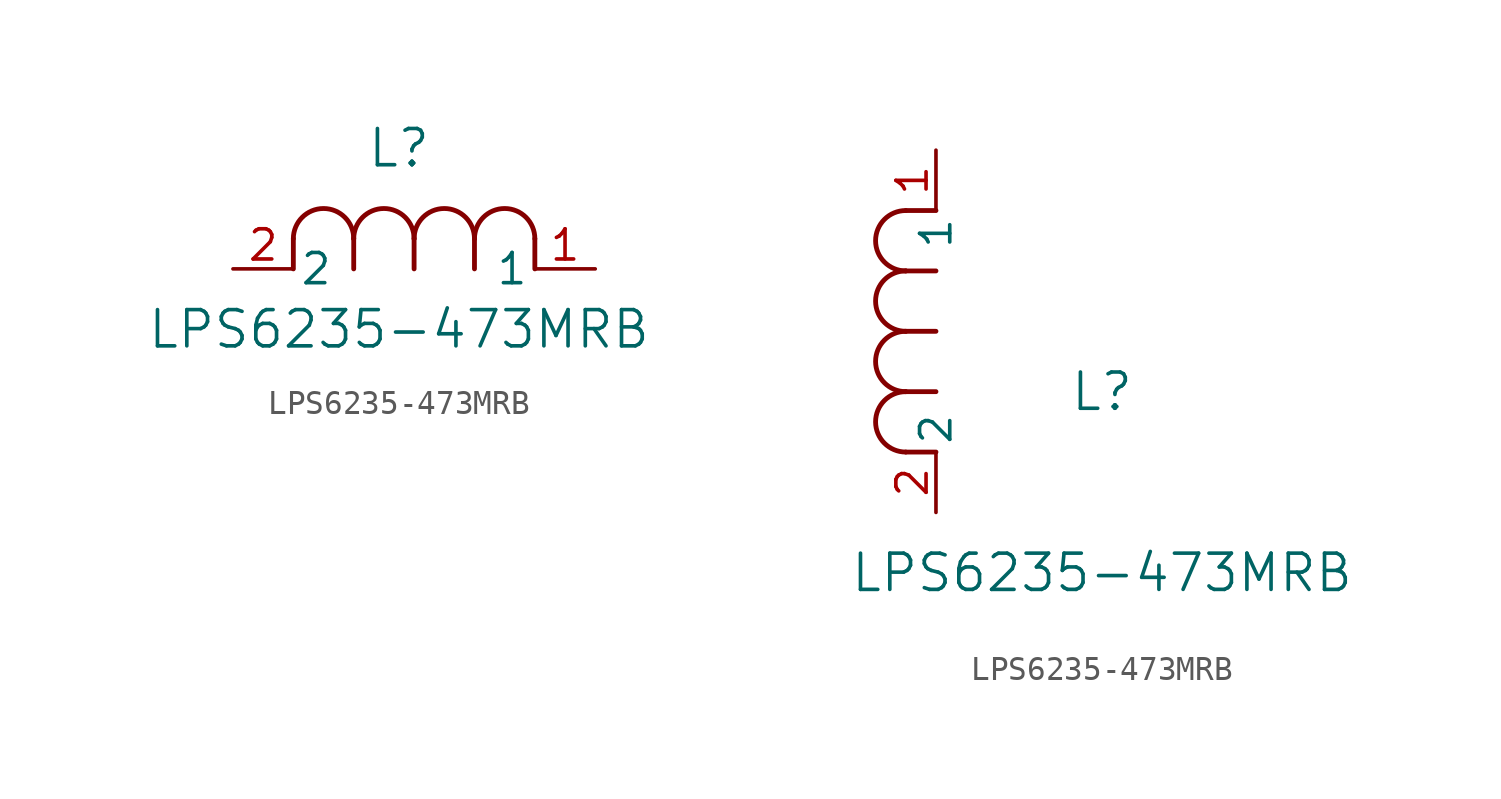
<source format=kicad_sym>
(kicad_symbol_lib
  (version 20211014)
  (generator kicad_symbol_editor)
  (symbol "LPS6235-473MRB"
    (pin_names
      (offset 0.254))
    (property "Reference" "L"
      (at 6.985 5.08 0)
      (effects (font (size 1.524 1.524))))
    (property "Value" "LPS6235-473MRB"
      (at 6.985 -2.54 0)
      (effects (font (size 1.524 1.524))))
    (symbol "LPS6235-473MRB_1_1"
      (arc (start 7.62 1.27) (mid 6.35 2.54) (end 5.08 1.27) (stroke (width 0.2032) (type default) (color 0 0 0 0)) (fill (type none)))
      (polyline (pts (xy 5.08 0) (xy 5.08 1.27)) (stroke (width 0.203) (type default) (color 0 0 0 0)) (fill (type none)))
      (polyline (pts (xy 7.62 0) (xy 7.62 1.27)) (stroke (width 0.203) (type default) (color 0 0 0 0)) (fill (type none)))
      (polyline (pts (xy 12.7 0) (xy 12.7 1.27)) (stroke (width 0.203) (type default) (color 0 0 0 0)) (fill (type none)))
      (arc (start 5.08 1.27) (mid 3.81 2.54) (end 2.54 1.27) (stroke (width 0.2032) (type default) (color 0 0 0 0)) (fill (type none)))
      (arc (start 10.16 1.27) (mid 8.89 2.54) (end 7.62 1.27) (stroke (width 0.2032) (type default) (color 0 0 0 0)) (fill (type none)))
      (arc (start 12.7 1.27) (mid 11.43 2.54) (end 10.16 1.27) (stroke (width 0.2032) (type default) (color 0 0 0 0)) (fill (type none)))
      (polyline (pts (xy 2.54 0) (xy 2.54 1.27)) (stroke (width 0.203) (type default) (color 0 0 0 0)) (fill (type none)))
      (polyline (pts (xy 10.16 0) (xy 10.16 1.27)) (stroke (width 0.203) (type default) (color 0 0 0 0)) (fill (type none)))
      (pin unspecified line (at 0 0 0) (length 2.54) (name "2" (effects (font (size 1.27 1.27)))) (number "2" (effects (font (size 1.27 1.27)))))
      (pin unspecified line (at 15.24 0 180) (length 2.54) (name "1" (effects (font (size 1.27 1.27)))) (number "1" (effects (font (size 1.27 1.27))))))
    (symbol "LPS6235-473MRB_1_2"
      (arc (start -1.27 7.62) (mid -2.54 6.35) (end -1.27 5.08) (stroke (width 0.2032) (type default) (color 0 0 0 0)) (fill (type none)))
      (arc (start -1.27 5.08) (mid -2.54 3.81) (end -1.27 2.54) (stroke (width 0.2032) (type default) (color 0 0 0 0)) (fill (type none)))
      (arc (start -1.27 12.7) (mid -2.54 11.43) (end -1.27 10.16) (stroke (width 0.2032) (type default) (color 0 0 0 0)) (fill (type none)))
      (arc (start -1.27 10.16) (mid -2.54 8.89) (end -1.27 7.62) (stroke (width 0.2032) (type default) (color 0 0 0 0)) (fill (type none)))
      (polyline (pts (xy 0 7.62) (xy -1.27 7.62)) (stroke (width 0.203) (type default) (color 0 0 0 0)) (fill (type none)))
      (polyline (pts (xy 0 5.08) (xy -1.27 5.08)) (stroke (width 0.203) (type default) (color 0 0 0 0)) (fill (type none)))
      (polyline (pts (xy 0 12.7) (xy -1.27 12.7)) (stroke (width 0.203) (type default) (color 0 0 0 0)) (fill (type none)))
      (polyline (pts (xy 0 2.54) (xy -1.27 2.54)) (stroke (width 0.203) (type default) (color 0 0 0 0)) (fill (type none)))
      (polyline (pts (xy 0 10.16) (xy -1.27 10.16)) (stroke (width 0.203) (type default) (color 0 0 0 0)) (fill (type none)))
      (pin unspecified line (at 0 0 90) (length 2.54) (name "2" (effects (font (size 1.27 1.27)))) (number "2" (effects (font (size 1.27 1.27)))))
      (pin unspecified line (at 0 15.24 270) (length 2.54) (name "1" (effects (font (size 1.27 1.27)))) (number "1" (effects (font (size 1.27 1.27))))))))
</source>
